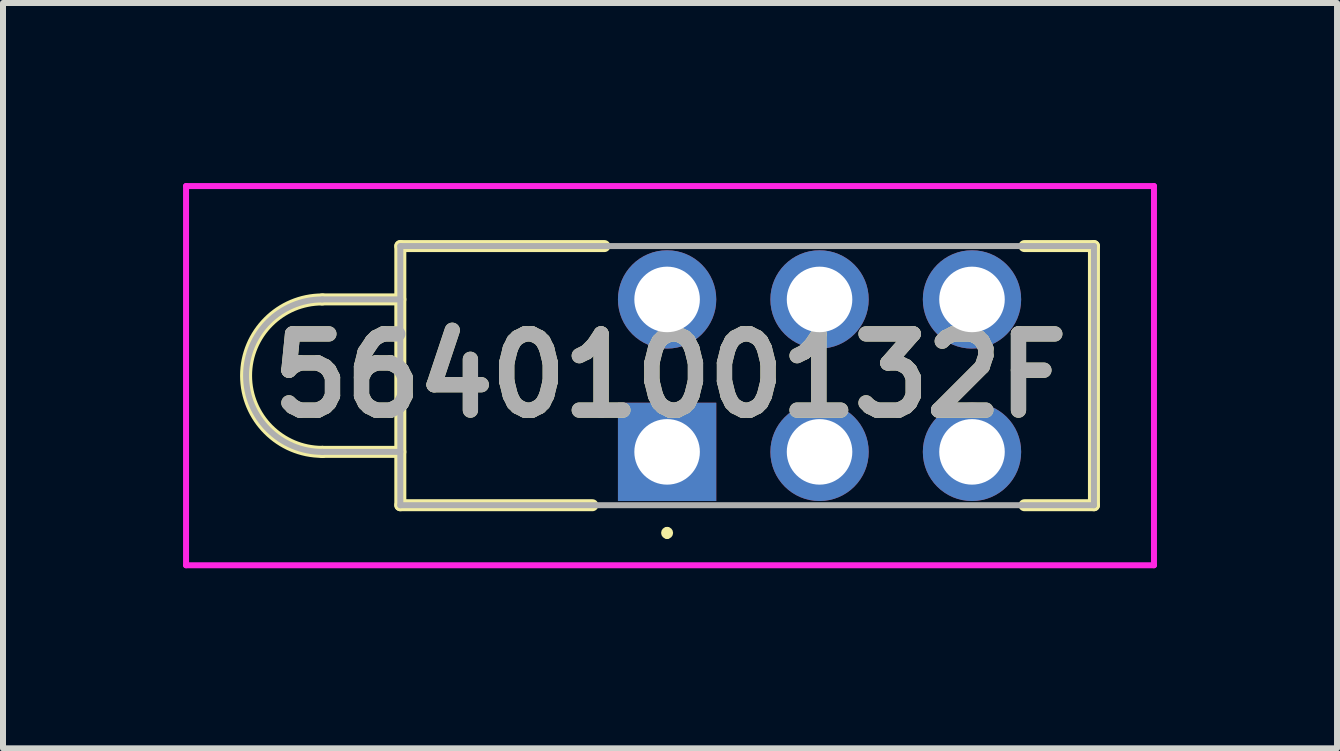
<source format=kicad_pcb>
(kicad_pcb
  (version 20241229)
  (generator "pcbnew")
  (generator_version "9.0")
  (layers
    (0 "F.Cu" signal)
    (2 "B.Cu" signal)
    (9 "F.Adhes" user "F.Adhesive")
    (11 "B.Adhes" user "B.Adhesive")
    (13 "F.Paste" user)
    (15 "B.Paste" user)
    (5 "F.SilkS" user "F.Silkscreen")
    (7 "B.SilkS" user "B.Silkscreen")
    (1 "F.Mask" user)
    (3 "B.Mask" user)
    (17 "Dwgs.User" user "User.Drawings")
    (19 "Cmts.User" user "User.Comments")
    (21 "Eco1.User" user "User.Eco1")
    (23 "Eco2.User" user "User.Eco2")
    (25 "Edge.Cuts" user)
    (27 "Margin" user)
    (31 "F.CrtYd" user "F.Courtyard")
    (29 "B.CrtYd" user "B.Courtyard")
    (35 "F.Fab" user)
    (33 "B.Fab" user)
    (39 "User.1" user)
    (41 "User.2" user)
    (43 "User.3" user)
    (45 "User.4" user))
  (footprint "5640100132F"
    (layer "F.Cu")
    (at 8.065 4.479)
    (property "Reference" "5640100132F" (at 0.049 -1.27 0) (layer "F.SilkS") (effects (font (size 1.27 1.27) (thickness 0.254))))
    (attr through_hole)
    (fp_line (start -5.745 -2.54) (end -4.445 -2.54) (stroke (width 0.2) (type solid)) (layer "F.SilkS"))
    (fp_line (start -5.745 0) (end -5.745 0) (stroke (width 0.2) (type solid)) (layer "F.SilkS"))
    (fp_line (start -4.445 -3.429) (end -1.045 -3.429) (stroke (width 0.2) (type solid)) (layer "F.SilkS"))
    (fp_line (start -4.445 0) (end -5.745 0) (stroke (width 0.2) (type solid)) (layer "F.SilkS"))
    (fp_line (start -4.445 0.889) (end -4.445 -3.429) (stroke (width 0.2) (type solid)) (layer "F.SilkS"))
    (fp_line (start -1.245 0.889) (end -4.445 0.889) (stroke (width 0.2) (type solid)) (layer "F.SilkS"))
    (fp_line (start 0 1.3) (end 0 1.3) (stroke (width 0.1) (type solid)) (layer "F.SilkS"))
    (fp_line (start 0 1.4) (end 0 1.4) (stroke (width 0.1) (type solid)) (layer "F.SilkS"))
    (fp_line (start 5.955 0.889) (end 7.112 0.889) (stroke (width 0.2) (type solid)) (layer "F.SilkS"))
    (fp_line (start 7.112 -3.429) (end 5.955 -3.429) (stroke (width 0.2) (type solid)) (layer "F.SilkS"))
    (fp_line (start 7.112 0.889) (end 7.112 -3.429) (stroke (width 0.2) (type solid)) (layer "F.SilkS"))
    (fp_arc (start -5.745 0) (mid -7.015 -1.27) (end -5.745 -2.54) (stroke (width 0.2) (type solid)) (layer "F.SilkS"))
    (fp_arc (start 0 1.3) (mid 0.05 1.35) (end 0 1.4) (stroke (width 0.1) (type solid)) (layer "F.SilkS"))
    (fp_arc (start 0 1.4) (mid -0.05 1.35) (end 0 1.3) (stroke (width 0.1) (type solid)) (layer "F.SilkS"))
    (fp_line (start -8.015 -4.429) (end -8.015 1.889) (stroke (width 0.1) (type solid)) (layer "F.CrtYd"))
    (fp_line (start -8.015 1.889) (end 8.112 1.889) (stroke (width 0.1) (type solid)) (layer "F.CrtYd"))
    (fp_line (start 8.112 -4.429) (end -8.015 -4.429) (stroke (width 0.1) (type solid)) (layer "F.CrtYd"))
    (fp_line (start 8.112 1.889) (end 8.112 -4.429) (stroke (width 0.1) (type solid)) (layer "F.CrtYd"))
    (fp_line (start -5.745 -2.54) (end -4.445 -2.54) (stroke (width 0.1) (type solid)) (layer "F.Fab"))
    (fp_line (start -5.745 0) (end -5.745 0) (stroke (width 0.1) (type solid)) (layer "F.Fab"))
    (fp_line (start -4.445 -3.429) (end -4.445 0.889) (stroke (width 0.1) (type solid)) (layer "F.Fab"))
    (fp_line (start -4.445 0) (end -5.745 0) (stroke (width 0.1) (type solid)) (layer "F.Fab"))
    (fp_line (start -4.445 0.889) (end 7.112 0.889) (stroke (width 0.1) (type solid)) (layer "F.Fab"))
    (fp_line (start 7.112 -3.429) (end -4.445 -3.429) (stroke (width 0.1) (type solid)) (layer "F.Fab"))
    (fp_line (start 7.112 0.889) (end 7.112 -3.429) (stroke (width 0.1) (type solid)) (layer "F.Fab"))
    (fp_arc (start -5.745 0) (mid -7.015 -1.27) (end -5.745 -2.54) (stroke (width 0.1) (type solid)) (layer "F.Fab"))
    (fp_text user "${REFERENCE}" (at 0.049 -1.27 0) (layer "F.Fab") (effects (font (size 1.27 1.27) (thickness 0.254))))
    (pad "1" thru_hole rect (at 0 0) (size 1.638 1.638) (drill 1.092) (layers "*.Cu" "*.Mask"))
    (pad "2" thru_hole circle (at 0 -2.54) (size 1.638 1.638) (drill 1.092) (layers "*.Cu" "*.Mask"))
    (pad "3" thru_hole circle (at 2.54 0) (size 1.638 1.638) (drill 1.092) (layers "*.Cu" "*.Mask"))
    (pad "4" thru_hole circle (at 2.54 -2.54) (size 1.638 1.638) (drill 1.092) (layers "*.Cu" "*.Mask"))
    (pad "5" thru_hole circle (at 5.08 0) (size 1.638 1.638) (drill 1.092) (layers "*.Cu" "*.Mask"))
    (pad "6" thru_hole circle (at 5.08 -2.54) (size 1.638 1.638) (drill 1.092) (layers "*.Cu" "*.Mask")))
  (gr_rect
    (start -3 -3)
    (end 19.227 9.418)
    (stroke (width 0.1) (type default))
    (fill no)
    (layer "Edge.Cuts")))
</source>
